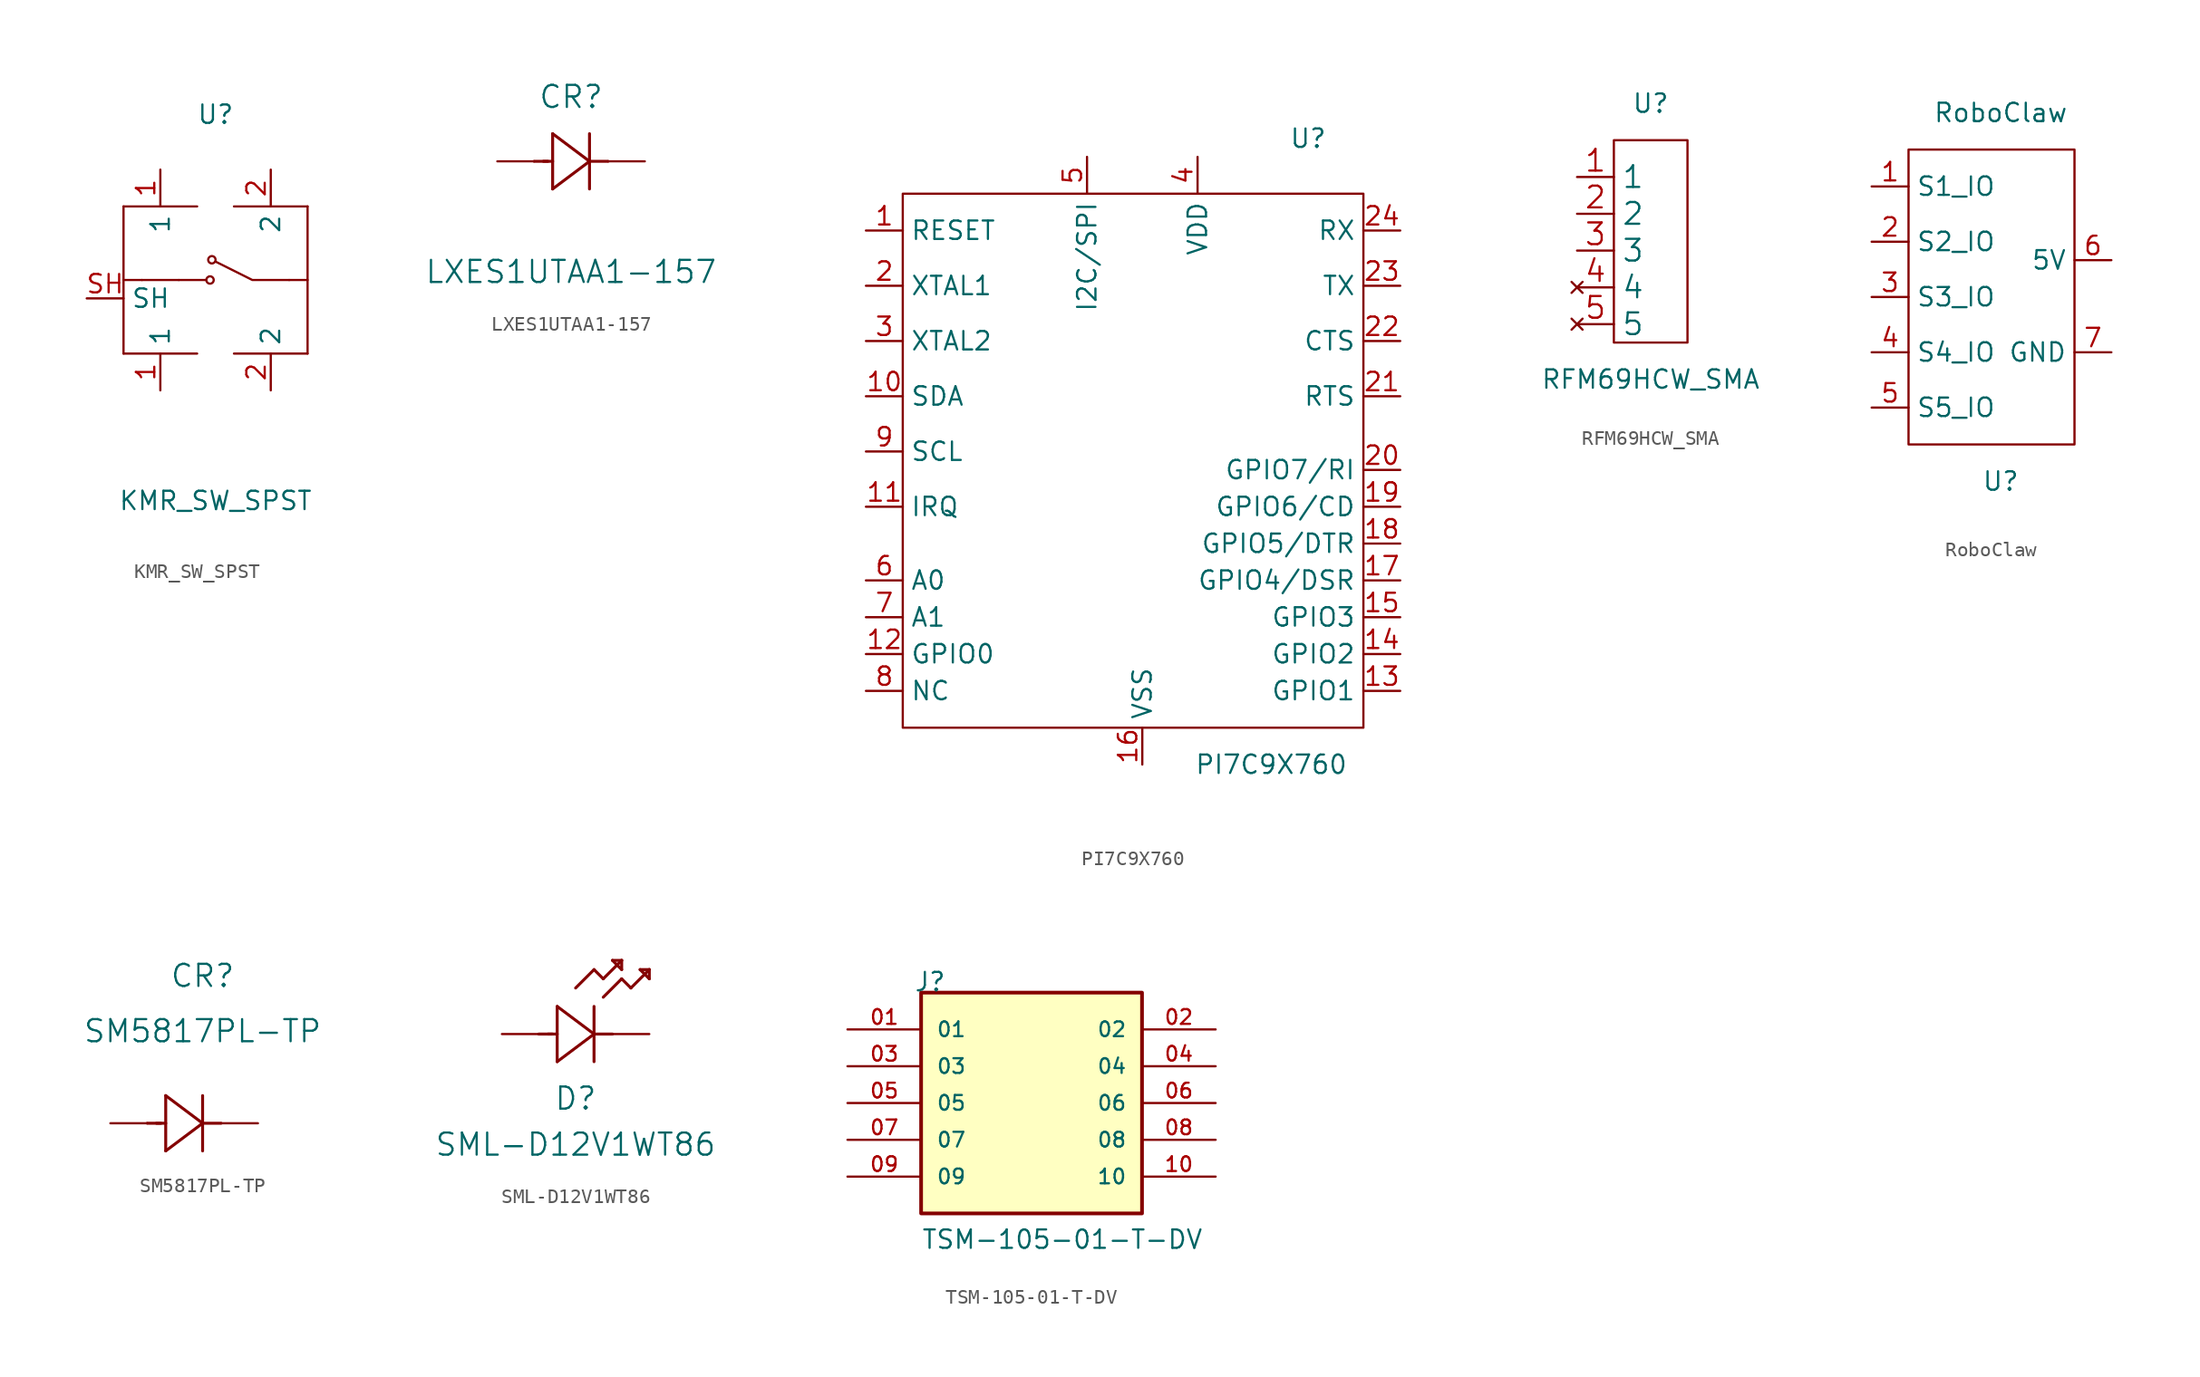
<source format=kicad_sym>
(kicad_symbol_lib
  (version 20211014)
  (generator kicad_symbol_editor)
  (symbol "KMR_SW_SPST"
    (property "Reference" "U"
      (at 0 11.43 0)
      (effects (font (size 1.27 1.27))))
    (property "Value" "KMR_SW_SPST"
      (at 0 -15.24 0)
      (effects (font (size 1.27 1.27))))
    (symbol "KMR_SW_SPST_0_1"
      (circle (center -0.381 0) (radius 0.254) (stroke (width 0) (type default) (color 0 0 0 0)) (fill (type none)))
      (circle (center -0.254 1.397) (radius 0.254) (stroke (width 0) (type default) (color 0 0 0 0)) (fill (type none)))
      (polyline (pts (xy -6.35 -5.08) (xy -1.27 -5.08)) (stroke (width 0) (type default) (color 0 0 0 0)) (fill (type none)))
      (polyline (pts (xy -6.35 5.08) (xy -6.35 -5.08)) (stroke (width 0) (type default) (color 0 0 0 0)) (fill (type none)))
      (polyline (pts (xy -6.35 5.08) (xy -1.27 5.08)) (stroke (width 0) (type default) (color 0 0 0 0)) (fill (type none)))
      (polyline (pts (xy -5.08 0) (xy -6.35 0)) (stroke (width 0) (type default) (color 0 0 0 0)) (fill (type none)))
      (polyline (pts (xy -5.08 0) (xy -2.54 0)) (stroke (width 0) (type default) (color 0 0 0 0)) (fill (type none)))
      (polyline (pts (xy -2.54 0) (xy -0.635 0)) (stroke (width 0) (type default) (color 0 0 0 0)) (fill (type none)))
      (polyline (pts (xy 1.27 -5.08) (xy 6.35 -5.08)) (stroke (width 0) (type default) (color 0 0 0 0)) (fill (type none)))
      (polyline (pts (xy 1.27 5.08) (xy 6.35 5.08)) (stroke (width 0) (type default) (color 0 0 0 0)) (fill (type none)))
      (polyline (pts (xy 5.08 0) (xy 6.35 0)) (stroke (width 0) (type default) (color 0 0 0 0)) (fill (type none)))
      (polyline (pts (xy 6.35 5.08) (xy 6.35 -5.08)) (stroke (width 0) (type default) (color 0 0 0 0)) (fill (type none)))
      (polyline (pts (xy 5.08 0) (xy 2.54 0) (xy 0 1.27)) (stroke (width 0) (type default) (color 0 0 0 0)) (fill (type none))))
    (symbol "KMR_SW_SPST_1_1"
      (pin passive line (at -3.81 -7.62 90) (length 2.54) (name "1" (effects (font (size 1.27 1.27)))) (number "1" (effects (font (size 1.27 1.27)))))
      (pin passive line (at -3.81 7.62 270) (length 2.54) (name "1" (effects (font (size 1.27 1.27)))) (number "1" (effects (font (size 1.27 1.27)))))
      (pin passive line (at 3.81 -7.62 90) (length 2.54) (name "2" (effects (font (size 1.27 1.27)))) (number "2" (effects (font (size 1.27 1.27)))))
      (pin passive line (at 3.81 7.62 270) (length 2.54) (name "2" (effects (font (size 1.27 1.27)))) (number "2" (effects (font (size 1.27 1.27)))))
      (pin passive line (at -8.89 -1.27 0) (length 2.54) (name "SH" (effects (font (size 1.27 1.27)))) (number "SH" (effects (font (size 1.27 1.27)))))))
  (symbol "LXES1UTAA1-157"
    (pin_numbers hide)
    (pin_names
      (offset -1.651) hide)
    (property "Reference" "CR"
      (at 5.08 4.445 0)
      (effects (font (size 1.524 1.524))))
    (property "Value" "LXES1UTAA1-157"
      (at 5.08 -7.62 0)
      (effects (font (size 1.524 1.524))))
    (property "Datasheet" ""
      (at 0 0 0)
      (effects (font (size 1.524 1.524))))
    (property "ki_locked" ""
      (at 0 0 0)
      (effects (font (size 1.27 1.27))))
    (symbol "LXES1UTAA1-157_1_1"
      (polyline (pts (xy 2.54 0) (xy 3.48 0)) (stroke (width 0.203) (type default) (color 0 0 0 0)) (fill (type none)))
      (polyline (pts (xy 3.175 0) (xy 3.81 0)) (stroke (width 0.203) (type default) (color 0 0 0 0)) (fill (type none)))
      (polyline (pts (xy 3.81 -1.905) (xy 6.35 0)) (stroke (width 0.203) (type default) (color 0 0 0 0)) (fill (type none)))
      (polyline (pts (xy 3.81 1.905) (xy 3.81 -1.905)) (stroke (width 0.203) (type default) (color 0 0 0 0)) (fill (type none)))
      (polyline (pts (xy 6.35 -1.905) (xy 6.35 1.905)) (stroke (width 0.203) (type default) (color 0 0 0 0)) (fill (type none)))
      (polyline (pts (xy 6.35 0) (xy 3.81 1.905)) (stroke (width 0.203) (type default) (color 0 0 0 0)) (fill (type none)))
      (polyline (pts (xy 6.35 0) (xy 7.62 0)) (stroke (width 0.203) (type default) (color 0 0 0 0)) (fill (type none)))
      (pin passive line (at 10.16 0 180) (length 2.54) (name "1" (effects (font (size 1.499 1.499)))) (number "1" (effects (font (size 1.499 1.499)))))
      (pin passive line (at 0 0 0) (length 2.54) (name "2" (effects (font (size 1.499 1.499)))) (number "2" (effects (font (size 1.499 1.499)))))))
  (symbol "PI7C9X760"
    (property "Reference" "U"
      (at 11.43 20.32 0)
      (effects (font (size 1.27 1.27))))
    (property "Value" "PI7C9X760"
      (at 8.89 -22.86 0)
      (effects (font (size 1.27 1.27))))
    (symbol "PI7C9X760_0_1"
      (rectangle (start -16.51 16.51) (end 15.24 -20.32) (stroke (width 0) (type default) (color 0 0 0 0)) (fill (type none))))
    (symbol "PI7C9X760_1_1"
      (pin passive line (at -19.05 13.97 0) (length 2.54) (name "RESET" (effects (font (size 1.27 1.27)))) (number "1" (effects (font (size 1.27 1.27)))))
      (pin passive line (at -19.05 2.54 0) (length 2.54) (name "SDA" (effects (font (size 1.27 1.27)))) (number "10" (effects (font (size 1.27 1.27)))))
      (pin passive line (at -19.05 -5.08 0) (length 2.54) (name "IRQ" (effects (font (size 1.27 1.27)))) (number "11" (effects (font (size 1.27 1.27)))))
      (pin passive line (at -19.05 -15.24 0) (length 2.54) (name "GPIO0" (effects (font (size 1.27 1.27)))) (number "12" (effects (font (size 1.27 1.27)))))
      (pin passive line (at 17.78 -17.78 180) (length 2.54) (name "GPIO1" (effects (font (size 1.27 1.27)))) (number "13" (effects (font (size 1.27 1.27)))))
      (pin passive line (at 17.78 -15.24 180) (length 2.54) (name "GPIO2" (effects (font (size 1.27 1.27)))) (number "14" (effects (font (size 1.27 1.27)))))
      (pin passive line (at 17.78 -12.7 180) (length 2.54) (name "GPIO3" (effects (font (size 1.27 1.27)))) (number "15" (effects (font (size 1.27 1.27)))))
      (pin passive line (at 0 -22.86 90) (length 2.54) (name "VSS" (effects (font (size 1.27 1.27)))) (number "16" (effects (font (size 1.27 1.27)))))
      (pin passive line (at 17.78 -10.16 180) (length 2.54) (name "GPIO4/DSR" (effects (font (size 1.27 1.27)))) (number "17" (effects (font (size 1.27 1.27)))))
      (pin passive line (at 17.78 -7.62 180) (length 2.54) (name "GPIO5/DTR" (effects (font (size 1.27 1.27)))) (number "18" (effects (font (size 1.27 1.27)))))
      (pin passive line (at 17.78 -5.08 180) (length 2.54) (name "GPIO6/CD" (effects (font (size 1.27 1.27)))) (number "19" (effects (font (size 1.27 1.27)))))
      (pin passive line (at -19.05 10.16 0) (length 2.54) (name "XTAL1" (effects (font (size 1.27 1.27)))) (number "2" (effects (font (size 1.27 1.27)))))
      (pin passive line (at 17.78 -2.54 180) (length 2.54) (name "GPIO7/RI" (effects (font (size 1.27 1.27)))) (number "20" (effects (font (size 1.27 1.27)))))
      (pin passive line (at 17.78 2.54 180) (length 2.54) (name "RTS" (effects (font (size 1.27 1.27)))) (number "21" (effects (font (size 1.27 1.27)))))
      (pin passive line (at 17.78 6.35 180) (length 2.54) (name "CTS" (effects (font (size 1.27 1.27)))) (number "22" (effects (font (size 1.27 1.27)))))
      (pin passive line (at 17.78 10.16 180) (length 2.54) (name "TX" (effects (font (size 1.27 1.27)))) (number "23" (effects (font (size 1.27 1.27)))))
      (pin passive line (at 17.78 13.97 180) (length 2.54) (name "RX" (effects (font (size 1.27 1.27)))) (number "24" (effects (font (size 1.27 1.27)))))
      (pin passive line (at -19.05 6.35 0) (length 2.54) (name "XTAL2" (effects (font (size 1.27 1.27)))) (number "3" (effects (font (size 1.27 1.27)))))
      (pin power_in line (at 3.81 19.05 270) (length 2.54) (name "VDD" (effects (font (size 1.27 1.27)))) (number "4" (effects (font (size 1.27 1.27)))))
      (pin passive line (at -3.81 19.05 270) (length 2.54) (name "I2C/SPI" (effects (font (size 1.27 1.27)))) (number "5" (effects (font (size 1.27 1.27)))))
      (pin passive line (at -19.05 -10.16 0) (length 2.54) (name "A0" (effects (font (size 1.27 1.27)))) (number "6" (effects (font (size 1.27 1.27)))))
      (pin passive line (at -19.05 -12.7 0) (length 2.54) (name "A1" (effects (font (size 1.27 1.27)))) (number "7" (effects (font (size 1.27 1.27)))))
      (pin passive line (at -19.05 -17.78 0) (length 2.54) (name "NC" (effects (font (size 1.27 1.27)))) (number "8" (effects (font (size 1.27 1.27)))))
      (pin passive line (at -19.05 -1.27 0) (length 2.54) (name "SCL" (effects (font (size 1.27 1.27)))) (number "9" (effects (font (size 1.27 1.27)))))))
  (symbol "RFM69HCW_SMA"
    (property "Reference" "U"
      (at 0 12.7 0)
      (effects (font (size 1.27 1.27))))
    (property "Value" "RFM69HCW_SMA"
      (at 0 -6.35 0)
      (effects (font (size 1.27 1.27))))
    (symbol "RFM69HCW_SMA_0_1"
      (rectangle (start -2.54 10.16) (end 2.54 -3.81) (stroke (width 0) (type default) (color 0 0 0 0)) (fill (type none))))
    (symbol "RFM69HCW_SMA_1_1"
      (pin passive line (at -5.08 7.62 0) (length 2.54) (name "1" (effects (font (size 1.499 1.499)))) (number "1" (effects (font (size 1.499 1.499)))))
      (pin passive line (at -5.08 5.08 0) (length 2.54) (name "2" (effects (font (size 1.499 1.499)))) (number "2" (effects (font (size 1.499 1.499)))))
      (pin passive line (at -5.08 2.54 0) (length 2.54) (name "3" (effects (font (size 1.499 1.499)))) (number "3" (effects (font (size 1.499 1.499)))))
      (pin no_connect line (at -5.08 0 0) (length 2.54) (name "4" (effects (font (size 1.499 1.499)))) (number "4" (effects (font (size 1.499 1.499)))))
      (pin no_connect line (at -5.08 -2.54 0) (length 2.54) (name "5" (effects (font (size 1.499 1.499)))) (number "5" (effects (font (size 1.499 1.499)))))))
  (symbol "RoboClaw"
    (property "Reference" "U"
      (at 0 -13.97 0)
      (effects (font (size 1.27 1.27))))
    (property "Value" "RoboClaw"
      (at 0 11.43 0)
      (effects (font (size 1.27 1.27))))
    (symbol "RoboClaw_0_1"
      (rectangle (start -6.35 8.89) (end 5.08 -11.43) (stroke (width 0) (type default) (color 0 0 0 0)) (fill (type none))))
    (symbol "RoboClaw_1_1"
      (pin bidirectional line (at -8.89 6.35 0) (length 2.54) (name "S1_IO" (effects (font (size 1.27 1.27)))) (number "1" (effects (font (size 1.27 1.27)))))
      (pin bidirectional line (at -8.89 2.54 0) (length 2.54) (name "S2_IO" (effects (font (size 1.27 1.27)))) (number "2" (effects (font (size 1.27 1.27)))))
      (pin bidirectional line (at -8.89 -1.27 0) (length 2.54) (name "S3_IO" (effects (font (size 1.27 1.27)))) (number "3" (effects (font (size 1.27 1.27)))))
      (pin bidirectional line (at -8.89 -5.08 0) (length 2.54) (name "S4_IO" (effects (font (size 1.27 1.27)))) (number "4" (effects (font (size 1.27 1.27)))))
      (pin bidirectional line (at -8.89 -8.89 0) (length 2.54) (name "S5_IO" (effects (font (size 1.27 1.27)))) (number "5" (effects (font (size 1.27 1.27)))))
      (pin power_out line (at 7.62 1.27 180) (length 2.54) (name "5V" (effects (font (size 1.27 1.27)))) (number "6" (effects (font (size 1.27 1.27)))))
      (pin passive line (at 7.62 -5.08 180) (length 2.54) (name "GND" (effects (font (size 1.27 1.27)))) (number "7" (effects (font (size 1.27 1.27)))))))
  (symbol "SM5817PL-TP"
    (pin_numbers hide)
    (pin_names
      (offset -1.651) hide)
    (property "Reference" "CR"
      (at 0 10.16 0)
      (effects (font (size 1.524 1.524))))
    (property "Value" "SM5817PL-TP"
      (at 0 6.35 0)
      (effects (font (size 1.524 1.524))))
    (property "Datasheet" ""
      (at -6.35 0 0)
      (effects (font (size 1.524 1.524))))
    (property "ki_locked" ""
      (at 0 0 0)
      (effects (font (size 1.27 1.27))))
    (symbol "SM5817PL-TP_1_1"
      (polyline (pts (xy -3.81 0) (xy -2.87 0)) (stroke (width 0.203) (type default) (color 0 0 0 0)) (fill (type none)))
      (polyline (pts (xy -3.175 0) (xy -2.54 0)) (stroke (width 0.203) (type default) (color 0 0 0 0)) (fill (type none)))
      (polyline (pts (xy -2.54 -1.905) (xy 0 0)) (stroke (width 0.203) (type default) (color 0 0 0 0)) (fill (type none)))
      (polyline (pts (xy -2.54 1.905) (xy -2.54 -1.905)) (stroke (width 0.203) (type default) (color 0 0 0 0)) (fill (type none)))
      (polyline (pts (xy 0 -1.905) (xy 0 1.905)) (stroke (width 0.203) (type default) (color 0 0 0 0)) (fill (type none)))
      (polyline (pts (xy 0 0) (xy -2.54 1.905)) (stroke (width 0.203) (type default) (color 0 0 0 0)) (fill (type none)))
      (polyline (pts (xy 0 0) (xy 1.27 0)) (stroke (width 0.203) (type default) (color 0 0 0 0)) (fill (type none)))
      (pin input line (at -6.35 0 0) (length 2.54) (name "Anode" (effects (font (size 1.499 1.499)))) (number "1" (effects (font (size 1.499 1.499)))))
      (pin output line (at 3.81 0 180) (length 2.54) (name "Cathode" (effects (font (size 1.499 1.499)))) (number "2" (effects (font (size 1.499 1.499)))))))
  (symbol "SML-D12V1WT86"
    (pin_numbers hide)
    (pin_names hide)
    (property "Reference" "D"
      (at 5.08 -4.445 0)
      (effects (font (size 1.524 1.524))))
    (property "Value" "SML-D12V1WT86"
      (at 5.08 -7.62 0)
      (effects (font (size 1.524 1.524))))
    (property "Datasheet" ""
      (at 0 0 0)
      (effects (font (size 1.524 1.524))))
    (property "ki_locked" ""
      (at 0 0 0)
      (effects (font (size 1.27 1.27))))
    (symbol "SML-D12V1WT86_1_1"
      (polyline (pts (xy 2.54 0) (xy 3.48 0)) (stroke (width 0.203) (type default) (color 0 0 0 0)) (fill (type none)))
      (polyline (pts (xy 3.175 0) (xy 3.81 0)) (stroke (width 0.203) (type default) (color 0 0 0 0)) (fill (type none)))
      (polyline (pts (xy 3.81 -1.905) (xy 6.35 0)) (stroke (width 0.203) (type default) (color 0 0 0 0)) (fill (type none)))
      (polyline (pts (xy 3.81 1.905) (xy 3.81 -1.905)) (stroke (width 0.203) (type default) (color 0 0 0 0)) (fill (type none)))
      (polyline (pts (xy 5.08 3.175) (xy 6.35 4.445)) (stroke (width 0.203) (type default) (color 0 0 0 0)) (fill (type none)))
      (polyline (pts (xy 6.35 -1.905) (xy 6.35 1.905)) (stroke (width 0.203) (type default) (color 0 0 0 0)) (fill (type none)))
      (polyline (pts (xy 6.35 0) (xy 3.81 1.905)) (stroke (width 0.203) (type default) (color 0 0 0 0)) (fill (type none)))
      (polyline (pts (xy 6.35 0) (xy 7.62 0)) (stroke (width 0.203) (type default) (color 0 0 0 0)) (fill (type none)))
      (polyline (pts (xy 6.35 4.445) (xy 6.985 3.81)) (stroke (width 0.203) (type default) (color 0 0 0 0)) (fill (type none)))
      (polyline (pts (xy 6.985 2.54) (xy 8.255 3.81)) (stroke (width 0.203) (type default) (color 0 0 0 0)) (fill (type none)))
      (polyline (pts (xy 6.985 3.81) (xy 8.255 5.08)) (stroke (width 0.203) (type default) (color 0 0 0 0)) (fill (type none)))
      (polyline (pts (xy 7.62 5.08) (xy 8.255 4.445)) (stroke (width 0.203) (type default) (color 0 0 0 0)) (fill (type none)))
      (polyline (pts (xy 8.255 3.81) (xy 8.89 3.175)) (stroke (width 0.203) (type default) (color 0 0 0 0)) (fill (type none)))
      (polyline (pts (xy 8.255 4.445) (xy 8.255 5.08)) (stroke (width 0.203) (type default) (color 0 0 0 0)) (fill (type none)))
      (polyline (pts (xy 8.255 5.08) (xy 7.62 5.08)) (stroke (width 0.203) (type default) (color 0 0 0 0)) (fill (type none)))
      (polyline (pts (xy 8.89 3.175) (xy 10.16 4.445)) (stroke (width 0.203) (type default) (color 0 0 0 0)) (fill (type none)))
      (polyline (pts (xy 9.525 4.445) (xy 10.16 3.81)) (stroke (width 0.203) (type default) (color 0 0 0 0)) (fill (type none)))
      (polyline (pts (xy 10.16 3.81) (xy 10.16 4.445)) (stroke (width 0.203) (type default) (color 0 0 0 0)) (fill (type none)))
      (polyline (pts (xy 10.16 4.445) (xy 9.525 4.445)) (stroke (width 0.203) (type default) (color 0 0 0 0)) (fill (type none)))
      (pin unspecified line (at 10.16 0 180) (length 2.54) (name "1" (effects (font (size 1.499 1.499)))) (number "1" (effects (font (size 1.499 1.499)))))
      (pin unspecified line (at 0 0 0) (length 2.54) (name "2" (effects (font (size 1.499 1.499)))) (number "2" (effects (font (size 1.499 1.499)))))))
  (symbol "TSM-105-01-T-DV"
    (pin_names
      (offset 1.016))
    (property "Reference" "J"
      (at -8.128 7.62 0)
      (effects (font (size 1.27 1.27)) (justify left bottom)))
    (property "Value" "TSM-105-01-T-DV"
      (at -7.62 -10.16 0)
      (effects (font (size 1.27 1.27)) (justify left bottom)))
    (property "ki_locked" ""
      (at 0 0 0)
      (effects (font (size 1.27 1.27))))
    (symbol "TSM-105-01-T-DV_0_0"
      (rectangle (start -7.62 -7.62) (end 7.62 7.62) (stroke (width 0.254) (type default) (color 0 0 0 0)) (fill (type background)))
      (pin passive line (at -12.7 5.08 0) (length 5.08) (name "01" (effects (font (size 1.016 1.016)))) (number "01" (effects (font (size 1.016 1.016)))))
      (pin passive line (at 12.7 5.08 180) (length 5.08) (name "02" (effects (font (size 1.016 1.016)))) (number "02" (effects (font (size 1.016 1.016)))))
      (pin passive line (at -12.7 2.54 0) (length 5.08) (name "03" (effects (font (size 1.016 1.016)))) (number "03" (effects (font (size 1.016 1.016)))))
      (pin passive line (at 12.7 2.54 180) (length 5.08) (name "04" (effects (font (size 1.016 1.016)))) (number "04" (effects (font (size 1.016 1.016)))))
      (pin passive line (at -12.7 0 0) (length 5.08) (name "05" (effects (font (size 1.016 1.016)))) (number "05" (effects (font (size 1.016 1.016)))))
      (pin passive line (at 12.7 0 180) (length 5.08) (name "06" (effects (font (size 1.016 1.016)))) (number "06" (effects (font (size 1.016 1.016)))))
      (pin passive line (at -12.7 -2.54 0) (length 5.08) (name "07" (effects (font (size 1.016 1.016)))) (number "07" (effects (font (size 1.016 1.016)))))
      (pin passive line (at 12.7 -2.54 180) (length 5.08) (name "08" (effects (font (size 1.016 1.016)))) (number "08" (effects (font (size 1.016 1.016)))))
      (pin passive line (at -12.7 -5.08 0) (length 5.08) (name "09" (effects (font (size 1.016 1.016)))) (number "09" (effects (font (size 1.016 1.016)))))
      (pin passive line (at 12.7 -5.08 180) (length 5.08) (name "10" (effects (font (size 1.016 1.016)))) (number "10" (effects (font (size 1.016 1.016))))))))
</source>
